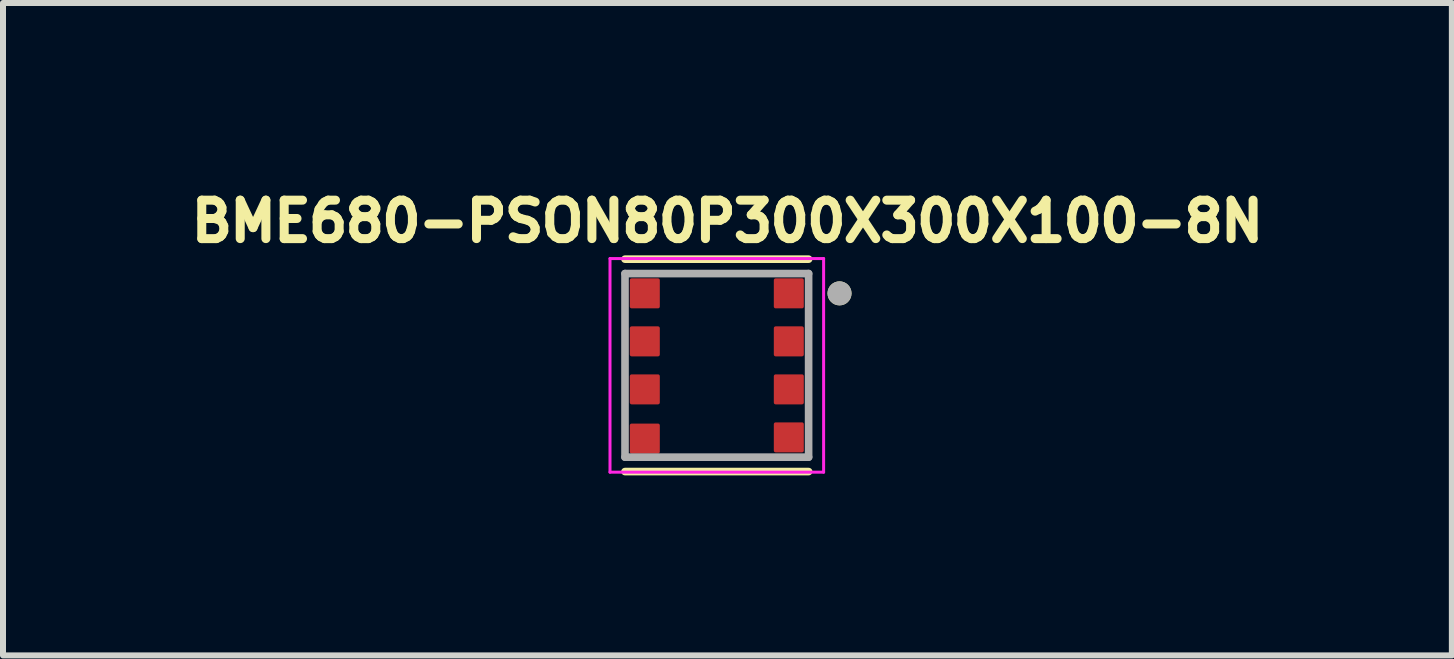
<source format=kicad_pcb>
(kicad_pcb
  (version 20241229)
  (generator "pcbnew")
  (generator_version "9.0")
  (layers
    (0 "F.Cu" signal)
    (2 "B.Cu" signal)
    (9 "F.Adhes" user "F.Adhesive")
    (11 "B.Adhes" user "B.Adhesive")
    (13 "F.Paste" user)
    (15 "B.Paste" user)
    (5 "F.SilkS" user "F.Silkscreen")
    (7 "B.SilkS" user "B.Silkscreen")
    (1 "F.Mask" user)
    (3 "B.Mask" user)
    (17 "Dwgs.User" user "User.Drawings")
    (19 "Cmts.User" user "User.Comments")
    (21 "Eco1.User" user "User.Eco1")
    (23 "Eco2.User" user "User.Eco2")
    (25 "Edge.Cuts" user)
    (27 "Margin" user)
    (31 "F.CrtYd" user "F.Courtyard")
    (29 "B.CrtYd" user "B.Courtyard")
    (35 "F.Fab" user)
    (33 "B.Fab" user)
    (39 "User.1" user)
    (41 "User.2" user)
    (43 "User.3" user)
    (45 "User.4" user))
  (footprint "BME680-PSON80P300X300X100-8N"
    (layer "F.Cu")
    (at 8.896 3.039)
    (property "Reference" "BME680-PSON80P300X300X100-8N" (at 0.177 -2.401 0) (layer "F.SilkS") (effects (font (size 0.641 0.641) (thickness 0.15))))
    (attr through_hole)
    (fp_line (start -1.53 1.77) (end 1.53 1.77) (stroke (width 0.127) (type solid)) (layer "F.SilkS"))
    (fp_line (start 1.53 -1.77) (end -1.53 -1.77) (stroke (width 0.127) (type solid)) (layer "F.SilkS"))
    (fp_circle (center 2.045 -1.2) (end 2.145 -1.2) (stroke (width 0.2) (type solid)) (fill no) (layer "F.SilkS"))
    (fp_line (start -1.78 -1.78) (end 1.78 -1.78) (stroke (width 0.05) (type solid)) (layer "F.CrtYd"))
    (fp_line (start -1.78 1.78) (end -1.78 -1.78) (stroke (width 0.05) (type solid)) (layer "F.CrtYd"))
    (fp_line (start 1.78 -1.78) (end 1.78 1.78) (stroke (width 0.05) (type solid)) (layer "F.CrtYd"))
    (fp_line (start 1.78 1.78) (end -1.78 1.78) (stroke (width 0.05) (type solid)) (layer "F.CrtYd"))
    (fp_line (start -1.53 -1.53) (end -1.53 1.53) (stroke (width 0.127) (type solid)) (layer "F.Fab"))
    (fp_line (start -1.53 1.53) (end 1.53 1.53) (stroke (width 0.127) (type solid)) (layer "F.Fab"))
    (fp_line (start 1.53 -1.53) (end -1.53 -1.53) (stroke (width 0.127) (type solid)) (layer "F.Fab"))
    (fp_line (start 1.53 1.53) (end 1.53 -1.53) (stroke (width 0.127) (type solid)) (layer "F.Fab"))
    (fp_circle (center 2.045 -1.2) (end 2.145 -1.2) (stroke (width 0.2) (type solid)) (fill no) (layer "F.Fab"))
    (pad "1" smd roundrect (at 1.2 -1.2) (size 0.5 0.5) (layers "F.Cu" "F.Mask" "F.Paste") (roundrect_rratio 0.06))
    (pad "2" smd roundrect (at 1.2 -0.4) (size 0.5 0.5) (layers "F.Cu" "F.Mask" "F.Paste") (roundrect_rratio 0.06))
    (pad "3" smd roundrect (at 1.2 0.4) (size 0.5 0.5) (layers "F.Cu" "F.Mask" "F.Paste") (roundrect_rratio 0.06))
    (pad "4" smd roundrect (at 1.2 1.2) (size 0.5 0.5) (layers "F.Cu" "F.Mask" "F.Paste") (roundrect_rratio 0.06))
    (pad "5" smd roundrect (at -1.2 1.22) (size 0.5 0.5) (layers "F.Cu" "F.Mask" "F.Paste") (roundrect_rratio 0.06))
    (pad "6" smd roundrect (at -1.2 0.4) (size 0.5 0.5) (layers "F.Cu" "F.Mask" "F.Paste") (roundrect_rratio 0.06))
    (pad "7" smd roundrect (at -1.2 -0.4) (size 0.5 0.5) (layers "F.Cu" "F.Mask" "F.Paste") (roundrect_rratio 0.06))
    (pad "8" smd roundrect (at -1.2 -1.2) (size 0.5 0.5) (layers "F.Cu" "F.Mask" "F.Paste") (roundrect_rratio 0.06)))
  (gr_rect
    (start -3 -3)
    (end 21.146 7.873)
    (stroke (width 0.1) (type default))
    (fill no)
    (layer "Edge.Cuts")))
</source>
